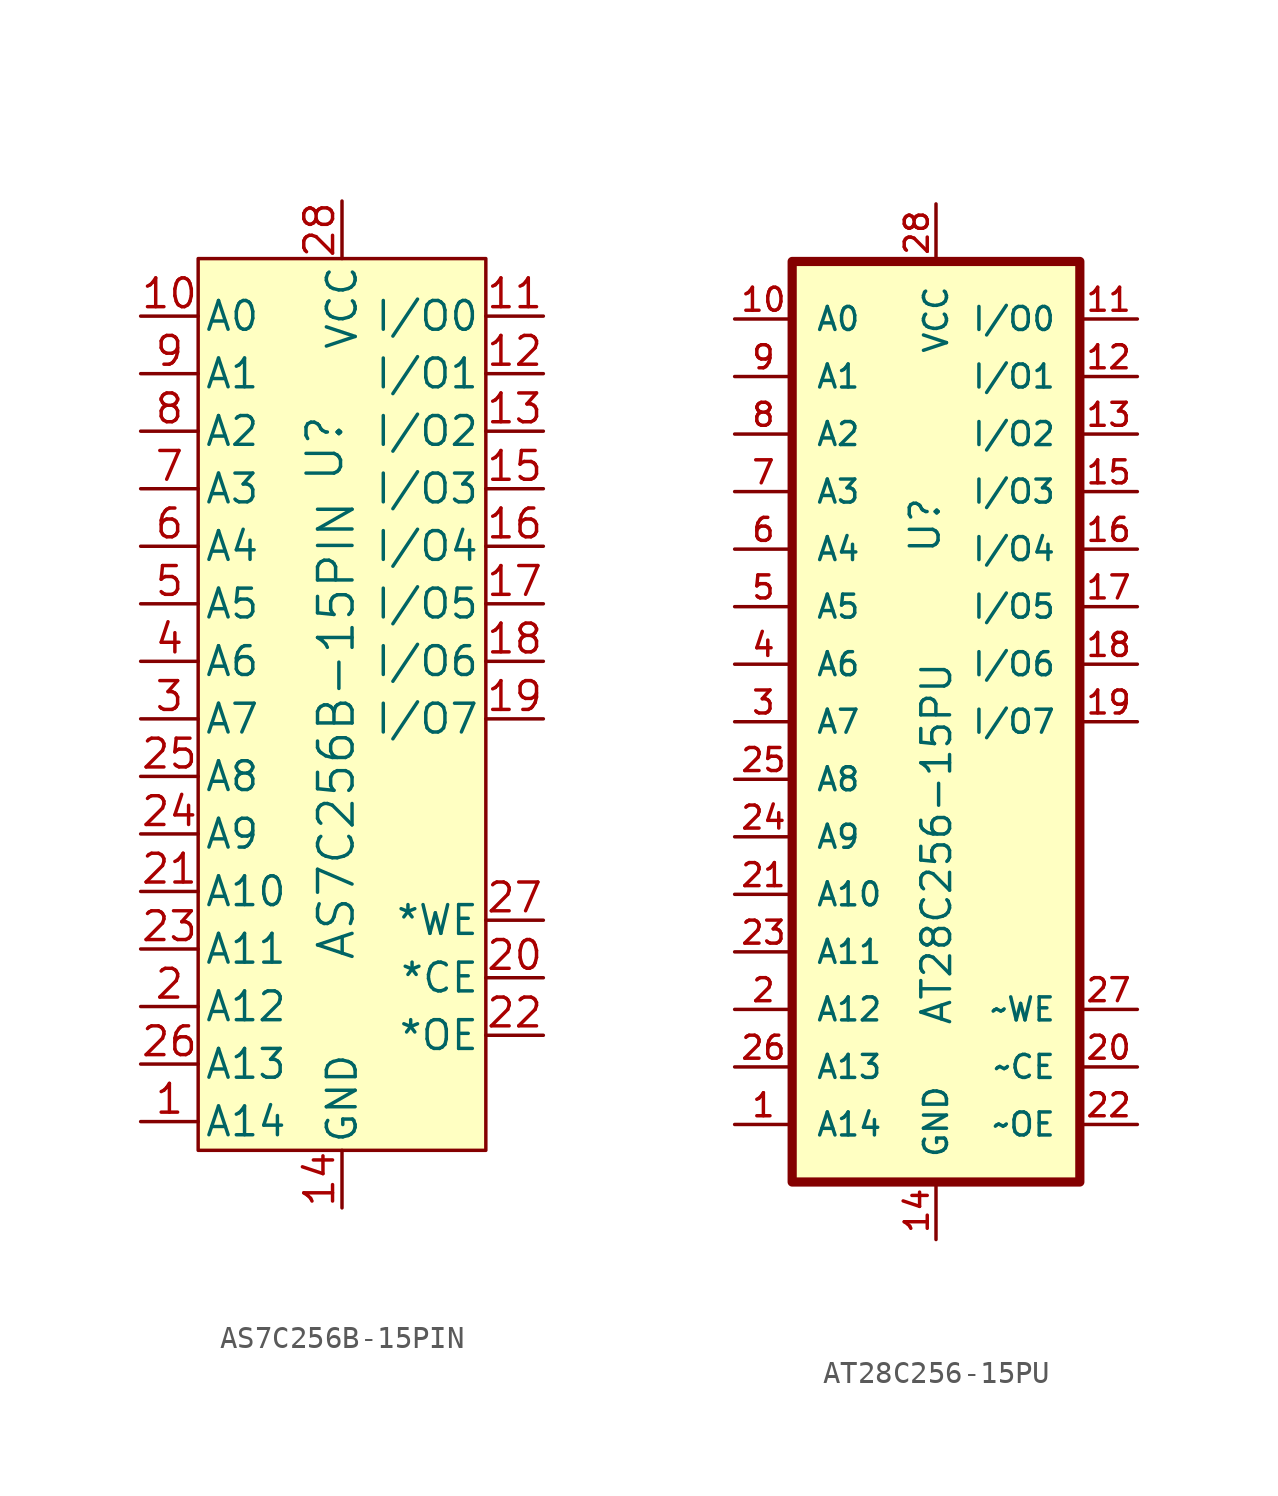
<source format=kicad_sym>
(kicad_symbol_lib
  (version 20231120)
  (generator "kicad_symbol_editor")
  (generator_version "8.0")
  (symbol "AS7C256B-15PIN"
    (pin_names
      (offset 0.254))
    (property "Reference" "U"
      (at 9.398 -5.842 90)
      (effects (font (size 1.524 1.524))))
    (property "Value" "AS7C256B-15PIN"
      (at 9.906 -18.288 90)
      (effects (font (size 1.524 1.524))))
    (symbol "AS7C256B-15PIN_1_1"
      (rectangle (start 3.81 2.54) (end 16.51 -36.83) (stroke (width 0) (type default)) (fill (type background)))
      (pin input line (at 1.27 -35.56 0) (length 2.54) (name "A14" (effects (font (size 1.27 1.27)))) (number "1" (effects (font (size 1.27 1.27)))))
      (pin input line (at 1.27 0 0) (length 2.54) (name "A0" (effects (font (size 1.27 1.27)))) (number "10" (effects (font (size 1.27 1.27)))))
      (pin bidirectional line (at 19.05 0 180) (length 2.54) (name "I/O0" (effects (font (size 1.27 1.27)))) (number "11" (effects (font (size 1.27 1.27)))))
      (pin bidirectional line (at 19.05 -2.54 180) (length 2.54) (name "I/O1" (effects (font (size 1.27 1.27)))) (number "12" (effects (font (size 1.27 1.27)))))
      (pin bidirectional line (at 19.05 -5.08 180) (length 2.54) (name "I/O2" (effects (font (size 1.27 1.27)))) (number "13" (effects (font (size 1.27 1.27)))))
      (pin power_in line (at 10.16 -39.37 90) (length 2.54) (name "GND" (effects (font (size 1.27 1.27)))) (number "14" (effects (font (size 1.27 1.27)))))
      (pin bidirectional line (at 19.05 -7.62 180) (length 2.54) (name "I/O3" (effects (font (size 1.27 1.27)))) (number "15" (effects (font (size 1.27 1.27)))))
      (pin bidirectional line (at 19.05 -10.16 180) (length 2.54) (name "I/O4" (effects (font (size 1.27 1.27)))) (number "16" (effects (font (size 1.27 1.27)))))
      (pin bidirectional line (at 19.05 -12.7 180) (length 2.54) (name "I/O5" (effects (font (size 1.27 1.27)))) (number "17" (effects (font (size 1.27 1.27)))))
      (pin bidirectional line (at 19.05 -15.24 180) (length 2.54) (name "I/O6" (effects (font (size 1.27 1.27)))) (number "18" (effects (font (size 1.27 1.27)))))
      (pin bidirectional line (at 19.05 -17.78 180) (length 2.54) (name "I/O7" (effects (font (size 1.27 1.27)))) (number "19" (effects (font (size 1.27 1.27)))))
      (pin input line (at 1.27 -30.48 0) (length 2.54) (name "A12" (effects (font (size 1.27 1.27)))) (number "2" (effects (font (size 1.27 1.27)))))
      (pin input line (at 19.05 -29.21 180) (length 2.54) (name "*CE" (effects (font (size 1.27 1.27)))) (number "20" (effects (font (size 1.27 1.27)))))
      (pin input line (at 1.27 -25.4 0) (length 2.54) (name "A10" (effects (font (size 1.27 1.27)))) (number "21" (effects (font (size 1.27 1.27)))))
      (pin bidirectional line (at 19.05 -31.75 180) (length 2.54) (name "*OE" (effects (font (size 1.27 1.27)))) (number "22" (effects (font (size 1.27 1.27)))))
      (pin input line (at 1.27 -27.94 0) (length 2.54) (name "A11" (effects (font (size 1.27 1.27)))) (number "23" (effects (font (size 1.27 1.27)))))
      (pin input line (at 1.27 -22.86 0) (length 2.54) (name "A9" (effects (font (size 1.27 1.27)))) (number "24" (effects (font (size 1.27 1.27)))))
      (pin input line (at 1.27 -20.32 0) (length 2.54) (name "A8" (effects (font (size 1.27 1.27)))) (number "25" (effects (font (size 1.27 1.27)))))
      (pin input line (at 1.27 -33.02 0) (length 2.54) (name "A13" (effects (font (size 1.27 1.27)))) (number "26" (effects (font (size 1.27 1.27)))))
      (pin input line (at 19.05 -26.67 180) (length 2.54) (name "*WE" (effects (font (size 1.27 1.27)))) (number "27" (effects (font (size 1.27 1.27)))))
      (pin power_in line (at 10.16 5.08 270) (length 2.54) (name "VCC" (effects (font (size 1.27 1.27)))) (number "28" (effects (font (size 1.27 1.27)))))
      (pin input line (at 1.27 -17.78 0) (length 2.54) (name "A7" (effects (font (size 1.27 1.27)))) (number "3" (effects (font (size 1.27 1.27)))))
      (pin input line (at 1.27 -15.24 0) (length 2.54) (name "A6" (effects (font (size 1.27 1.27)))) (number "4" (effects (font (size 1.27 1.27)))))
      (pin input line (at 1.27 -12.7 0) (length 2.54) (name "A5" (effects (font (size 1.27 1.27)))) (number "5" (effects (font (size 1.27 1.27)))))
      (pin input line (at 1.27 -10.16 0) (length 2.54) (name "A4" (effects (font (size 1.27 1.27)))) (number "6" (effects (font (size 1.27 1.27)))))
      (pin input line (at 1.27 -7.62 0) (length 2.54) (name "A3" (effects (font (size 1.27 1.27)))) (number "7" (effects (font (size 1.27 1.27)))))
      (pin input line (at 1.27 -5.08 0) (length 2.54) (name "A2" (effects (font (size 1.27 1.27)))) (number "8" (effects (font (size 1.27 1.27)))))
      (pin input line (at 1.27 -2.54 0) (length 2.54) (name "A1" (effects (font (size 1.27 1.27)))) (number "9" (effects (font (size 1.27 1.27)))))))
  (symbol "AT28C256-15PU"
    (pin_names
      (offset 1.016))
    (property "Reference" "U"
      (at 9.144 -10.414 90)
      (effects (font (size 1.27 1.27)) (justify left bottom)))
    (property "Value" "AT28C256-15PU"
      (at 9.652 -31.242 90)
      (effects (font (size 1.27 1.27)) (justify left bottom)))
    (symbol "AT28C256-15PU_0_0"
      (rectangle (start 2.54 2.54) (end 15.24 -38.1) (stroke (width 0.406) (type default)) (fill (type background)))
      (pin input line (at 0 0 0) (length 2.54) (name "A0" (effects (font (size 1.016 1.016)))) (number "10" (effects (font (size 1.016 1.016)))))
      (pin bidirectional line (at 17.78 0 180) (length 2.54) (name "I/O0" (effects (font (size 1.016 1.016)))) (number "11" (effects (font (size 1.016 1.016)))))
      (pin bidirectional line (at 17.78 -2.54 180) (length 2.54) (name "I/O1" (effects (font (size 1.016 1.016)))) (number "12" (effects (font (size 1.016 1.016)))))
      (pin bidirectional line (at 17.78 -5.08 180) (length 2.54) (name "I/O2" (effects (font (size 1.016 1.016)))) (number "13" (effects (font (size 1.016 1.016)))))
      (pin bidirectional line (at 17.78 -7.62 180) (length 2.54) (name "I/O3" (effects (font (size 1.016 1.016)))) (number "15" (effects (font (size 1.016 1.016)))))
      (pin bidirectional line (at 17.78 -10.16 180) (length 2.54) (name "I/O4" (effects (font (size 1.016 1.016)))) (number "16" (effects (font (size 1.016 1.016)))))
      (pin bidirectional line (at 17.78 -12.7 180) (length 2.54) (name "I/O5" (effects (font (size 1.016 1.016)))) (number "17" (effects (font (size 1.016 1.016)))))
      (pin bidirectional line (at 17.78 -15.24 180) (length 2.54) (name "I/O6" (effects (font (size 1.016 1.016)))) (number "18" (effects (font (size 1.016 1.016)))))
      (pin bidirectional line (at 17.78 -17.78 180) (length 2.54) (name "I/O7" (effects (font (size 1.016 1.016)))) (number "19" (effects (font (size 1.016 1.016)))))
      (pin input line (at 17.78 -33.02 180) (length 2.54) (name "~CE" (effects (font (size 1.016 1.016)))) (number "20" (effects (font (size 1.016 1.016)))))
      (pin input line (at 17.78 -35.56 180) (length 2.54) (name "~OE" (effects (font (size 1.016 1.016)))) (number "22" (effects (font (size 1.016 1.016)))))
      (pin input line (at 0 -20.32 0) (length 2.54) (name "A8" (effects (font (size 1.016 1.016)))) (number "25" (effects (font (size 1.016 1.016)))))
      (pin input line (at 17.78 -30.48 180) (length 2.54) (name "~WE" (effects (font (size 1.016 1.016)))) (number "27" (effects (font (size 1.016 1.016)))))
      (pin power_in line (at 8.89 5.08 270) (length 2.54) (name "VCC" (effects (font (size 1.016 1.016)))) (number "28" (effects (font (size 1.016 1.016)))))
      (pin input line (at 0 -17.78 0) (length 2.54) (name "A7" (effects (font (size 1.016 1.016)))) (number "3" (effects (font (size 1.016 1.016)))))
      (pin input line (at 0 -15.24 0) (length 2.54) (name "A6" (effects (font (size 1.016 1.016)))) (number "4" (effects (font (size 1.016 1.016)))))
      (pin input line (at 0 -12.7 0) (length 2.54) (name "A5" (effects (font (size 1.016 1.016)))) (number "5" (effects (font (size 1.016 1.016)))))
      (pin input line (at 0 -10.16 0) (length 2.54) (name "A4" (effects (font (size 1.016 1.016)))) (number "6" (effects (font (size 1.016 1.016)))))
      (pin input line (at 0 -7.62 0) (length 2.54) (name "A3" (effects (font (size 1.016 1.016)))) (number "7" (effects (font (size 1.016 1.016)))))
      (pin input line (at 0 -5.08 0) (length 2.54) (name "A2" (effects (font (size 1.016 1.016)))) (number "8" (effects (font (size 1.016 1.016)))))
      (pin input line (at 0 -2.54 0) (length 2.54) (name "A1" (effects (font (size 1.016 1.016)))) (number "9" (effects (font (size 1.016 1.016))))))
    (symbol "AT28C256-15PU_1_0"
      (pin input line (at 0 -35.56 0) (length 2.54) (name "A14" (effects (font (size 1.016 1.016)))) (number "1" (effects (font (size 1.016 1.016)))))
      (pin passive line (at 8.89 -40.64 90) (length 2.54) (name "GND" (effects (font (size 1.016 1.016)))) (number "14" (effects (font (size 1.016 1.016)))))
      (pin input line (at 0 -30.48 0) (length 2.54) (name "A12" (effects (font (size 1.016 1.016)))) (number "2" (effects (font (size 1.016 1.016)))))
      (pin input line (at 0 -25.4 0) (length 2.54) (name "A10" (effects (font (size 1.016 1.016)))) (number "21" (effects (font (size 1.016 1.016)))))
      (pin input line (at 0 -27.94 0) (length 2.54) (name "A11" (effects (font (size 1.016 1.016)))) (number "23" (effects (font (size 1.016 1.016)))))
      (pin input line (at 0 -22.86 0) (length 2.54) (name "A9" (effects (font (size 1.016 1.016)))) (number "24" (effects (font (size 1.016 1.016)))))
      (pin input line (at 0 -33.02 0) (length 2.54) (name "A13" (effects (font (size 1.016 1.016)))) (number "26" (effects (font (size 1.016 1.016))))))))
</source>
